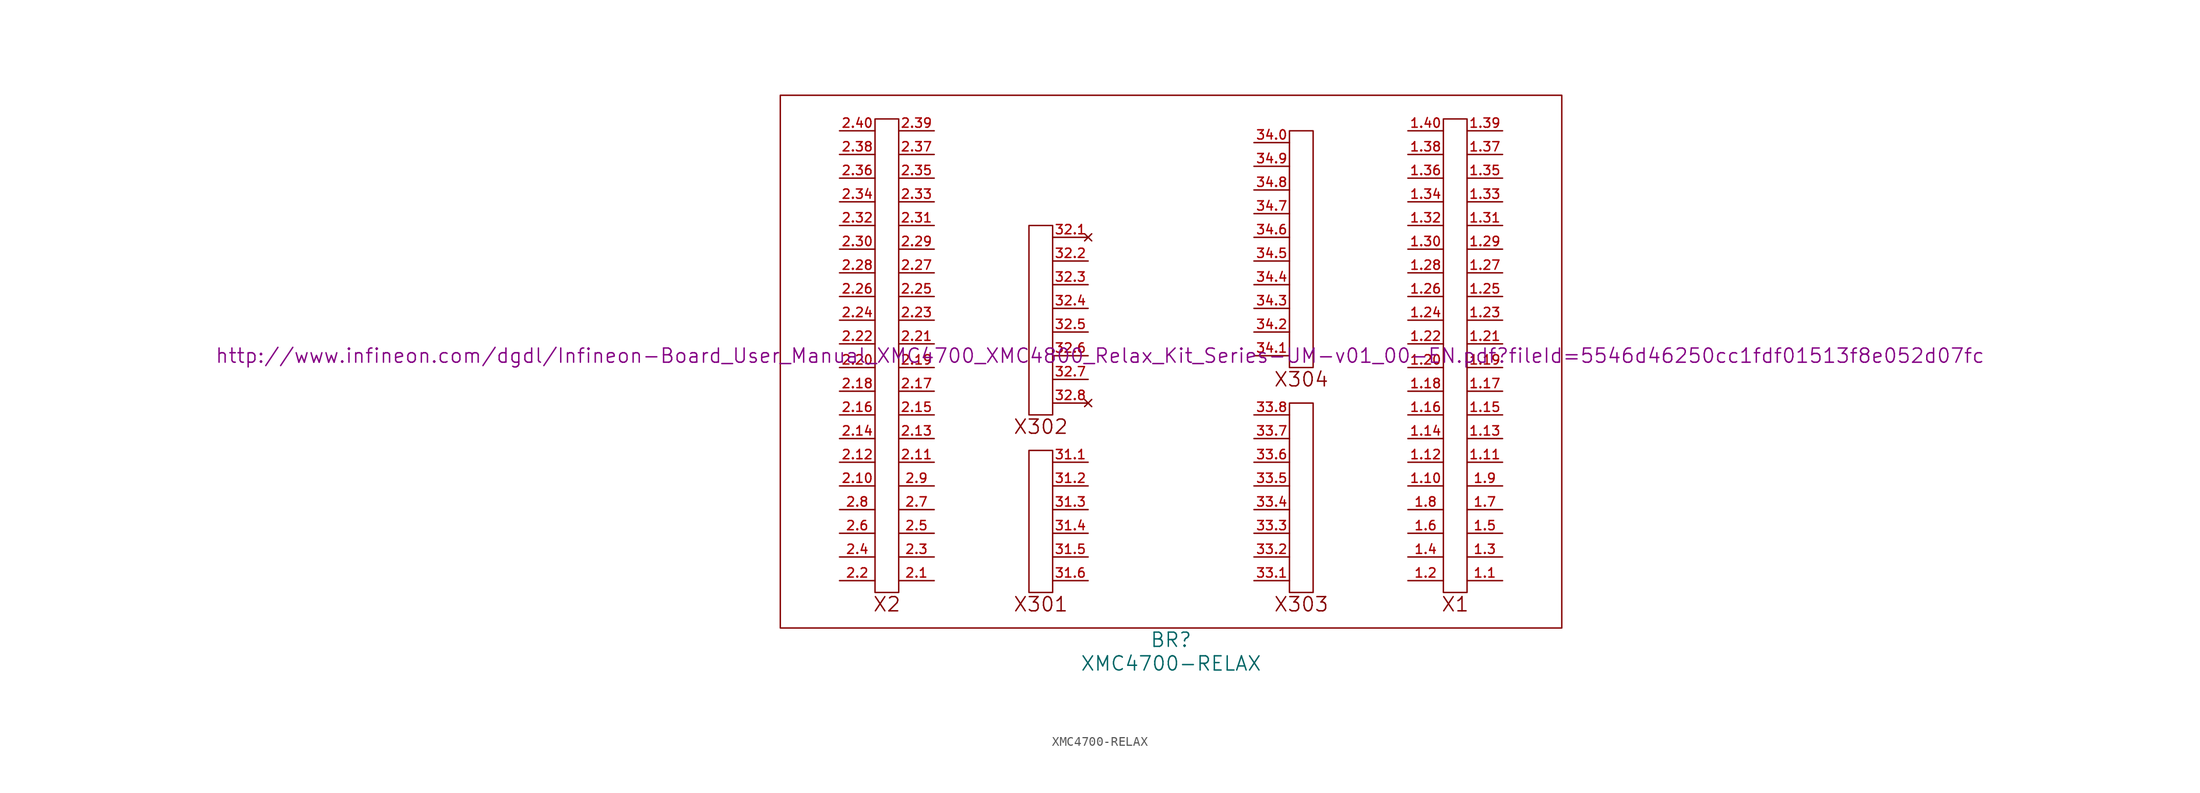
<source format=kicad_sym>
(kicad_symbol_lib
  (version 20201005)
  (generator kicad_symbol_editor)
  (symbol "XMC4700-RELAX"
    (pin_names
      (offset 1.016))
    (property "Reference" "BR"
      (at 0 -30.48 0)
      (effects (font (size 1.524 1.524))))
    (property "Value" "XMC4700-RELAX"
      (at 0 -33.02 0)
      (effects (font (size 1.524 1.524))))
    (property "Footprint" ""
      (at -7.62 0 0)
      (effects (font (size 1.524 1.524))))
    (property "Datasheet" "http://www.infineon.com/dgdl/Infineon-Board_User_Manual_XMC4700_XMC4800_Relax_Kit_Series-UM-v01_00-EN.pdf?fileId=5546d46250cc1fdf01513f8e052d07fc"
      (at -7.62 0 0)
      (effects (font (size 1.524 1.524))))
    (symbol "XMC4700-RELAX_0_0"
      (text "X1" (at 30.48 -26.67 0) (effects (font (size 1.524 1.524))))
      (text "X2" (at -30.48 -26.67 0) (effects (font (size 1.524 1.524))))
      (text "X301" (at -13.97 -26.67 0) (effects (font (size 1.524 1.524))))
      (text "X302" (at -13.97 -7.62 0) (effects (font (size 1.524 1.524))))
      (text "X303" (at 13.97 -26.67 0) (effects (font (size 1.524 1.524))))
      (text "X304" (at 13.97 -2.54 0) (effects (font (size 1.524 1.524))))
      (rectangle (start -41.91 27.94) (end 41.91 -29.21) (stroke (width 0)) (fill (type none)))
      (rectangle (start -15.24 -25.4) (end -12.7 -10.16) (stroke (width 0)) (fill (type none)))
      (rectangle (start -15.24 -6.35) (end -12.7 13.97) (stroke (width 0)) (fill (type none)))
      (rectangle (start 12.7 -25.4) (end 15.24 -5.08) (stroke (width 0)) (fill (type none)))
      (rectangle (start 12.7 -1.27) (end 15.24 24.13) (stroke (width 0)) (fill (type none))))
    (symbol "XMC4700-RELAX_0_1"
      (rectangle (start -29.21 -25.4) (end -31.75 25.4) (stroke (width 0)) (fill (type none)))
      (rectangle (start 31.75 -25.4) (end 29.21 25.4) (stroke (width 0)) (fill (type none))))
    (symbol "XMC4700-RELAX_1_1"
      (pin bidirectional line (at 35.56 -24.13 180) (length 3.81) (name "~" (effects (font (size 1.27 1.27)))) (number "1.1" (effects (font (size 0.991 0.991)))))
      (pin bidirectional line (at -25.4 -24.13 180) (length 3.81) (name "~" (effects (font (size 1.27 1.27)))) (number "2.1" (effects (font (size 0.991 0.991)))))
      (pin bidirectional line (at 25.4 -24.13 0) (length 3.81) (name "~" (effects (font (size 1.27 1.27)))) (number "1.2" (effects (font (size 0.991 0.991)))))
      (pin bidirectional line (at -35.56 -24.13 0) (length 3.81) (name "~" (effects (font (size 1.27 1.27)))) (number "2.2" (effects (font (size 0.991 0.991)))))
      (pin bidirectional line (at 35.56 -21.59 180) (length 3.81) (name "~" (effects (font (size 1.27 1.27)))) (number "1.3" (effects (font (size 0.991 0.991)))))
      (pin bidirectional line (at -25.4 -21.59 180) (length 3.81) (name "~" (effects (font (size 1.27 1.27)))) (number "2.3" (effects (font (size 0.991 0.991)))))
      (pin bidirectional line (at 25.4 -21.59 0) (length 3.81) (name "~" (effects (font (size 1.27 1.27)))) (number "1.4" (effects (font (size 0.991 0.991)))))
      (pin bidirectional line (at -35.56 -21.59 0) (length 3.81) (name "~" (effects (font (size 1.27 1.27)))) (number "2.4" (effects (font (size 0.991 0.991)))))
      (pin bidirectional line (at 35.56 -19.05 180) (length 3.81) (name "~" (effects (font (size 1.27 1.27)))) (number "1.5" (effects (font (size 0.991 0.991)))))
      (pin bidirectional line (at -25.4 -19.05 180) (length 3.81) (name "~" (effects (font (size 1.27 1.27)))) (number "2.5" (effects (font (size 0.991 0.991)))))
      (pin bidirectional line (at 25.4 -19.05 0) (length 3.81) (name "~" (effects (font (size 1.27 1.27)))) (number "1.6" (effects (font (size 0.991 0.991)))))
      (pin bidirectional line (at -35.56 -19.05 0) (length 3.81) (name "~" (effects (font (size 1.27 1.27)))) (number "2.6" (effects (font (size 0.991 0.991)))))
      (pin bidirectional line (at 35.56 -16.51 180) (length 3.81) (name "~" (effects (font (size 1.27 1.27)))) (number "1.7" (effects (font (size 0.991 0.991)))))
      (pin bidirectional line (at -25.4 -16.51 180) (length 3.81) (name "~" (effects (font (size 1.27 1.27)))) (number "2.7" (effects (font (size 0.991 0.991)))))
      (pin bidirectional line (at 25.4 -16.51 0) (length 3.81) (name "~" (effects (font (size 1.27 1.27)))) (number "1.8" (effects (font (size 0.991 0.991)))))
      (pin bidirectional line (at -35.56 -16.51 0) (length 3.81) (name "~" (effects (font (size 1.27 1.27)))) (number "2.8" (effects (font (size 0.991 0.991)))))
      (pin bidirectional line (at 35.56 -13.97 180) (length 3.81) (name "~" (effects (font (size 1.27 1.27)))) (number "1.9" (effects (font (size 0.991 0.991)))))
      (pin bidirectional line (at -25.4 -13.97 180) (length 3.81) (name "~" (effects (font (size 1.27 1.27)))) (number "2.9" (effects (font (size 0.991 0.991)))))
      (pin bidirectional line (at 8.89 22.86 0) (length 3.81) (name "~" (effects (font (size 1.27 1.27)))) (number "34.0" (effects (font (size 0.991 0.991)))))
      (pin bidirectional line (at 25.4 -13.97 0) (length 3.81) (name "~" (effects (font (size 1.27 1.27)))) (number "1.10" (effects (font (size 0.991 0.991)))))
      (pin bidirectional line (at -35.56 -13.97 0) (length 3.81) (name "~" (effects (font (size 1.27 1.27)))) (number "2.10" (effects (font (size 0.991 0.991)))))
      (pin bidirectional line (at 25.4 -1.27 0) (length 3.81) (name "~" (effects (font (size 1.27 1.27)))) (number "1.20" (effects (font (size 0.991 0.991)))))
      (pin bidirectional line (at -35.56 -1.27 0) (length 3.81) (name "~" (effects (font (size 1.27 1.27)))) (number "2.20" (effects (font (size 0.991 0.991)))))
      (pin bidirectional line (at 25.4 11.43 0) (length 3.81) (name "~" (effects (font (size 1.27 1.27)))) (number "1.30" (effects (font (size 0.991 0.991)))))
      (pin bidirectional line (at -35.56 11.43 0) (length 3.81) (name "~" (effects (font (size 1.27 1.27)))) (number "2.30" (effects (font (size 0.991 0.991)))))
      (pin bidirectional line (at 25.4 24.13 0) (length 3.81) (name "~" (effects (font (size 1.27 1.27)))) (number "1.40" (effects (font (size 0.991 0.991)))))
      (pin bidirectional line (at -35.56 24.13 0) (length 3.81) (name "~" (effects (font (size 1.27 1.27)))) (number "2.40" (effects (font (size 0.991 0.991)))))
      (pin bidirectional line (at -8.89 -11.43 180) (length 3.81) (name "~" (effects (font (size 1.27 1.27)))) (number "31.1" (effects (font (size 0.991 0.991)))))
      (pin unconnected line (at -8.89 12.7 180) (length 3.81) (name "~" (effects (font (size 1.27 1.27)))) (number "32.1" (effects (font (size 0.991 0.991)))))
      (pin bidirectional line (at 8.89 -24.13 0) (length 3.81) (name "~" (effects (font (size 1.27 1.27)))) (number "33.1" (effects (font (size 0.991 0.991)))))
      (pin bidirectional line (at 8.89 0 0) (length 3.81) (name "~" (effects (font (size 1.27 1.27)))) (number "34.1" (effects (font (size 0.991 0.991)))))
      (pin bidirectional line (at 35.56 -11.43 180) (length 3.81) (name "~" (effects (font (size 1.27 1.27)))) (number "1.11" (effects (font (size 0.991 0.991)))))
      (pin bidirectional line (at -25.4 -11.43 180) (length 3.81) (name "~" (effects (font (size 1.27 1.27)))) (number "2.11" (effects (font (size 0.991 0.991)))))
      (pin bidirectional line (at 35.56 1.27 180) (length 3.81) (name "~" (effects (font (size 1.27 1.27)))) (number "1.21" (effects (font (size 0.991 0.991)))))
      (pin bidirectional line (at -25.4 1.27 180) (length 3.81) (name "~" (effects (font (size 1.27 1.27)))) (number "2.21" (effects (font (size 0.991 0.991)))))
      (pin bidirectional line (at 35.56 13.97 180) (length 3.81) (name "~" (effects (font (size 1.27 1.27)))) (number "1.31" (effects (font (size 0.991 0.991)))))
      (pin bidirectional line (at -25.4 13.97 180) (length 3.81) (name "~" (effects (font (size 1.27 1.27)))) (number "2.31" (effects (font (size 0.991 0.991)))))
      (pin bidirectional line (at -8.89 -13.97 180) (length 3.81) (name "~" (effects (font (size 1.27 1.27)))) (number "31.2" (effects (font (size 0.991 0.991)))))
      (pin bidirectional line (at -8.89 10.16 180) (length 3.81) (name "~" (effects (font (size 1.27 1.27)))) (number "32.2" (effects (font (size 0.991 0.991)))))
      (pin bidirectional line (at 8.89 -21.59 0) (length 3.81) (name "~" (effects (font (size 1.27 1.27)))) (number "33.2" (effects (font (size 0.991 0.991)))))
      (pin bidirectional line (at 8.89 2.54 0) (length 3.81) (name "~" (effects (font (size 1.27 1.27)))) (number "34.2" (effects (font (size 0.991 0.991)))))
      (pin bidirectional line (at 25.4 -11.43 0) (length 3.81) (name "~" (effects (font (size 1.27 1.27)))) (number "1.12" (effects (font (size 0.991 0.991)))))
      (pin bidirectional line (at -35.56 -11.43 0) (length 3.81) (name "~" (effects (font (size 1.27 1.27)))) (number "2.12" (effects (font (size 0.991 0.991)))))
      (pin bidirectional line (at 25.4 1.27 0) (length 3.81) (name "~" (effects (font (size 1.27 1.27)))) (number "1.22" (effects (font (size 0.991 0.991)))))
      (pin bidirectional line (at -35.56 1.27 0) (length 3.81) (name "~" (effects (font (size 1.27 1.27)))) (number "2.22" (effects (font (size 0.991 0.991)))))
      (pin bidirectional line (at 25.4 13.97 0) (length 3.81) (name "~" (effects (font (size 1.27 1.27)))) (number "1.32" (effects (font (size 0.991 0.991)))))
      (pin bidirectional line (at -35.56 13.97 0) (length 3.81) (name "~" (effects (font (size 1.27 1.27)))) (number "2.32" (effects (font (size 0.991 0.991)))))
      (pin bidirectional line (at -8.89 -16.51 180) (length 3.81) (name "~" (effects (font (size 1.27 1.27)))) (number "31.3" (effects (font (size 0.991 0.991)))))
      (pin bidirectional line (at -8.89 7.62 180) (length 3.81) (name "~" (effects (font (size 1.27 1.27)))) (number "32.3" (effects (font (size 0.991 0.991)))))
      (pin bidirectional line (at 8.89 -19.05 0) (length 3.81) (name "~" (effects (font (size 1.27 1.27)))) (number "33.3" (effects (font (size 0.991 0.991)))))
      (pin bidirectional line (at 8.89 5.08 0) (length 3.81) (name "~" (effects (font (size 1.27 1.27)))) (number "34.3" (effects (font (size 0.991 0.991)))))
      (pin bidirectional line (at 35.56 -8.89 180) (length 3.81) (name "~" (effects (font (size 1.27 1.27)))) (number "1.13" (effects (font (size 0.991 0.991)))))
      (pin bidirectional line (at -25.4 -8.89 180) (length 3.81) (name "~" (effects (font (size 1.27 1.27)))) (number "2.13" (effects (font (size 0.991 0.991)))))
      (pin bidirectional line (at 35.56 3.81 180) (length 3.81) (name "~" (effects (font (size 1.27 1.27)))) (number "1.23" (effects (font (size 0.991 0.991)))))
      (pin bidirectional line (at -25.4 3.81 180) (length 3.81) (name "~" (effects (font (size 1.27 1.27)))) (number "2.23" (effects (font (size 0.991 0.991)))))
      (pin bidirectional line (at 35.56 16.51 180) (length 3.81) (name "~" (effects (font (size 1.27 1.27)))) (number "1.33" (effects (font (size 0.991 0.991)))))
      (pin bidirectional line (at -25.4 16.51 180) (length 3.81) (name "~" (effects (font (size 1.27 1.27)))) (number "2.33" (effects (font (size 0.991 0.991)))))
      (pin bidirectional line (at -8.89 -19.05 180) (length 3.81) (name "~" (effects (font (size 1.27 1.27)))) (number "31.4" (effects (font (size 0.991 0.991)))))
      (pin bidirectional line (at -8.89 5.08 180) (length 3.81) (name "~" (effects (font (size 1.27 1.27)))) (number "32.4" (effects (font (size 0.991 0.991)))))
      (pin bidirectional line (at 8.89 -16.51 0) (length 3.81) (name "~" (effects (font (size 1.27 1.27)))) (number "33.4" (effects (font (size 0.991 0.991)))))
      (pin bidirectional line (at 8.89 7.62 0) (length 3.81) (name "~" (effects (font (size 1.27 1.27)))) (number "34.4" (effects (font (size 0.991 0.991)))))
      (pin bidirectional line (at 25.4 -8.89 0) (length 3.81) (name "~" (effects (font (size 1.27 1.27)))) (number "1.14" (effects (font (size 0.991 0.991)))))
      (pin bidirectional line (at -35.56 -8.89 0) (length 3.81) (name "~" (effects (font (size 1.27 1.27)))) (number "2.14" (effects (font (size 0.991 0.991)))))
      (pin bidirectional line (at 25.4 3.81 0) (length 3.81) (name "~" (effects (font (size 1.27 1.27)))) (number "1.24" (effects (font (size 0.991 0.991)))))
      (pin bidirectional line (at -35.56 3.81 0) (length 3.81) (name "~" (effects (font (size 1.27 1.27)))) (number "2.24" (effects (font (size 0.991 0.991)))))
      (pin bidirectional line (at 25.4 16.51 0) (length 3.81) (name "~" (effects (font (size 1.27 1.27)))) (number "1.34" (effects (font (size 0.991 0.991)))))
      (pin bidirectional line (at -35.56 16.51 0) (length 3.81) (name "~" (effects (font (size 1.27 1.27)))) (number "2.34" (effects (font (size 0.991 0.991)))))
      (pin bidirectional line (at -8.89 -21.59 180) (length 3.81) (name "~" (effects (font (size 1.27 1.27)))) (number "31.5" (effects (font (size 0.991 0.991)))))
      (pin bidirectional line (at -8.89 2.54 180) (length 3.81) (name "~" (effects (font (size 1.27 1.27)))) (number "32.5" (effects (font (size 0.991 0.991)))))
      (pin bidirectional line (at 8.89 -13.97 0) (length 3.81) (name "~" (effects (font (size 1.27 1.27)))) (number "33.5" (effects (font (size 0.991 0.991)))))
      (pin bidirectional line (at 8.89 10.16 0) (length 3.81) (name "~" (effects (font (size 1.27 1.27)))) (number "34.5" (effects (font (size 0.991 0.991)))))
      (pin bidirectional line (at 35.56 -6.35 180) (length 3.81) (name "~" (effects (font (size 1.27 1.27)))) (number "1.15" (effects (font (size 0.991 0.991)))))
      (pin bidirectional line (at -25.4 -6.35 180) (length 3.81) (name "~" (effects (font (size 1.27 1.27)))) (number "2.15" (effects (font (size 0.991 0.991)))))
      (pin bidirectional line (at 35.56 6.35 180) (length 3.81) (name "~" (effects (font (size 1.27 1.27)))) (number "1.25" (effects (font (size 0.991 0.991)))))
      (pin bidirectional line (at -25.4 6.35 180) (length 3.81) (name "~" (effects (font (size 1.27 1.27)))) (number "2.25" (effects (font (size 0.991 0.991)))))
      (pin bidirectional line (at 35.56 19.05 180) (length 3.81) (name "~" (effects (font (size 1.27 1.27)))) (number "1.35" (effects (font (size 0.991 0.991)))))
      (pin bidirectional line (at -25.4 19.05 180) (length 3.81) (name "~" (effects (font (size 1.27 1.27)))) (number "2.35" (effects (font (size 0.991 0.991)))))
      (pin bidirectional line (at -8.89 -24.13 180) (length 3.81) (name "~" (effects (font (size 1.27 1.27)))) (number "31.6" (effects (font (size 0.991 0.991)))))
      (pin bidirectional line (at -8.89 0 180) (length 3.81) (name "~" (effects (font (size 1.27 1.27)))) (number "32.6" (effects (font (size 0.991 0.991)))))
      (pin bidirectional line (at 8.89 -11.43 0) (length 3.81) (name "~" (effects (font (size 1.27 1.27)))) (number "33.6" (effects (font (size 0.991 0.991)))))
      (pin bidirectional line (at 8.89 12.7 0) (length 3.81) (name "~" (effects (font (size 1.27 1.27)))) (number "34.6" (effects (font (size 0.991 0.991)))))
      (pin bidirectional line (at 25.4 -6.35 0) (length 3.81) (name "~" (effects (font (size 1.27 1.27)))) (number "1.16" (effects (font (size 0.991 0.991)))))
      (pin bidirectional line (at -35.56 -6.35 0) (length 3.81) (name "~" (effects (font (size 1.27 1.27)))) (number "2.16" (effects (font (size 0.991 0.991)))))
      (pin bidirectional line (at 25.4 6.35 0) (length 3.81) (name "~" (effects (font (size 1.27 1.27)))) (number "1.26" (effects (font (size 0.991 0.991)))))
      (pin bidirectional line (at -35.56 6.35 0) (length 3.81) (name "~" (effects (font (size 1.27 1.27)))) (number "2.26" (effects (font (size 0.991 0.991)))))
      (pin bidirectional line (at 25.4 19.05 0) (length 3.81) (name "~" (effects (font (size 1.27 1.27)))) (number "1.36" (effects (font (size 0.991 0.991)))))
      (pin bidirectional line (at -35.56 19.05 0) (length 3.81) (name "~" (effects (font (size 1.27 1.27)))) (number "2.36" (effects (font (size 0.991 0.991)))))
      (pin bidirectional line (at -8.89 -2.54 180) (length 3.81) (name "~" (effects (font (size 1.27 1.27)))) (number "32.7" (effects (font (size 0.991 0.991)))))
      (pin bidirectional line (at 8.89 -8.89 0) (length 3.81) (name "~" (effects (font (size 1.27 1.27)))) (number "33.7" (effects (font (size 0.991 0.991)))))
      (pin bidirectional line (at 8.89 15.24 0) (length 3.81) (name "~" (effects (font (size 1.27 1.27)))) (number "34.7" (effects (font (size 0.991 0.991)))))
      (pin bidirectional line (at 35.56 -3.81 180) (length 3.81) (name "~" (effects (font (size 1.27 1.27)))) (number "1.17" (effects (font (size 0.991 0.991)))))
      (pin bidirectional line (at -25.4 -3.81 180) (length 3.81) (name "~" (effects (font (size 1.27 1.27)))) (number "2.17" (effects (font (size 0.991 0.991)))))
      (pin bidirectional line (at 35.56 8.89 180) (length 3.81) (name "~" (effects (font (size 1.27 1.27)))) (number "1.27" (effects (font (size 0.991 0.991)))))
      (pin bidirectional line (at -25.4 8.89 180) (length 3.81) (name "~" (effects (font (size 1.27 1.27)))) (number "2.27" (effects (font (size 0.991 0.991)))))
      (pin bidirectional line (at 35.56 21.59 180) (length 3.81) (name "~" (effects (font (size 1.27 1.27)))) (number "1.37" (effects (font (size 0.991 0.991)))))
      (pin bidirectional line (at -25.4 21.59 180) (length 3.81) (name "~" (effects (font (size 1.27 1.27)))) (number "2.37" (effects (font (size 0.991 0.991)))))
      (pin unconnected line (at -8.89 -5.08 180) (length 3.81) (name "~" (effects (font (size 1.27 1.27)))) (number "32.8" (effects (font (size 0.991 0.991)))))
      (pin bidirectional line (at 8.89 -6.35 0) (length 3.81) (name "~" (effects (font (size 1.27 1.27)))) (number "33.8" (effects (font (size 0.991 0.991)))))
      (pin bidirectional line (at 8.89 17.78 0) (length 3.81) (name "~" (effects (font (size 1.27 1.27)))) (number "34.8" (effects (font (size 0.991 0.991)))))
      (pin bidirectional line (at 25.4 -3.81 0) (length 3.81) (name "~" (effects (font (size 1.27 1.27)))) (number "1.18" (effects (font (size 0.991 0.991)))))
      (pin bidirectional line (at -35.56 -3.81 0) (length 3.81) (name "~" (effects (font (size 1.27 1.27)))) (number "2.18" (effects (font (size 0.991 0.991)))))
      (pin bidirectional line (at 25.4 8.89 0) (length 3.81) (name "~" (effects (font (size 1.27 1.27)))) (number "1.28" (effects (font (size 0.991 0.991)))))
      (pin bidirectional line (at -35.56 8.89 0) (length 3.81) (name "~" (effects (font (size 1.27 1.27)))) (number "2.28" (effects (font (size 0.991 0.991)))))
      (pin bidirectional line (at 25.4 21.59 0) (length 3.81) (name "~" (effects (font (size 1.27 1.27)))) (number "1.38" (effects (font (size 0.991 0.991)))))
      (pin bidirectional line (at -35.56 21.59 0) (length 3.81) (name "~" (effects (font (size 1.27 1.27)))) (number "2.38" (effects (font (size 0.991 0.991)))))
      (pin bidirectional line (at 8.89 20.32 0) (length 3.81) (name "~" (effects (font (size 1.27 1.27)))) (number "34.9" (effects (font (size 0.991 0.991)))))
      (pin bidirectional line (at 35.56 -1.27 180) (length 3.81) (name "~" (effects (font (size 1.27 1.27)))) (number "1.19" (effects (font (size 0.991 0.991)))))
      (pin bidirectional line (at -25.4 -1.27 180) (length 3.81) (name "~" (effects (font (size 1.27 1.27)))) (number "2.19" (effects (font (size 0.991 0.991)))))
      (pin bidirectional line (at 35.56 11.43 180) (length 3.81) (name "~" (effects (font (size 1.27 1.27)))) (number "1.29" (effects (font (size 0.991 0.991)))))
      (pin bidirectional line (at -25.4 11.43 180) (length 3.81) (name "~" (effects (font (size 1.27 1.27)))) (number "2.29" (effects (font (size 0.991 0.991)))))
      (pin bidirectional line (at 35.56 24.13 180) (length 3.81) (name "~" (effects (font (size 1.27 1.27)))) (number "1.39" (effects (font (size 0.991 0.991)))))
      (pin bidirectional line (at -25.4 24.13 180) (length 3.81) (name "~" (effects (font (size 1.27 1.27)))) (number "2.39" (effects (font (size 0.991 0.991))))))))
</source>
